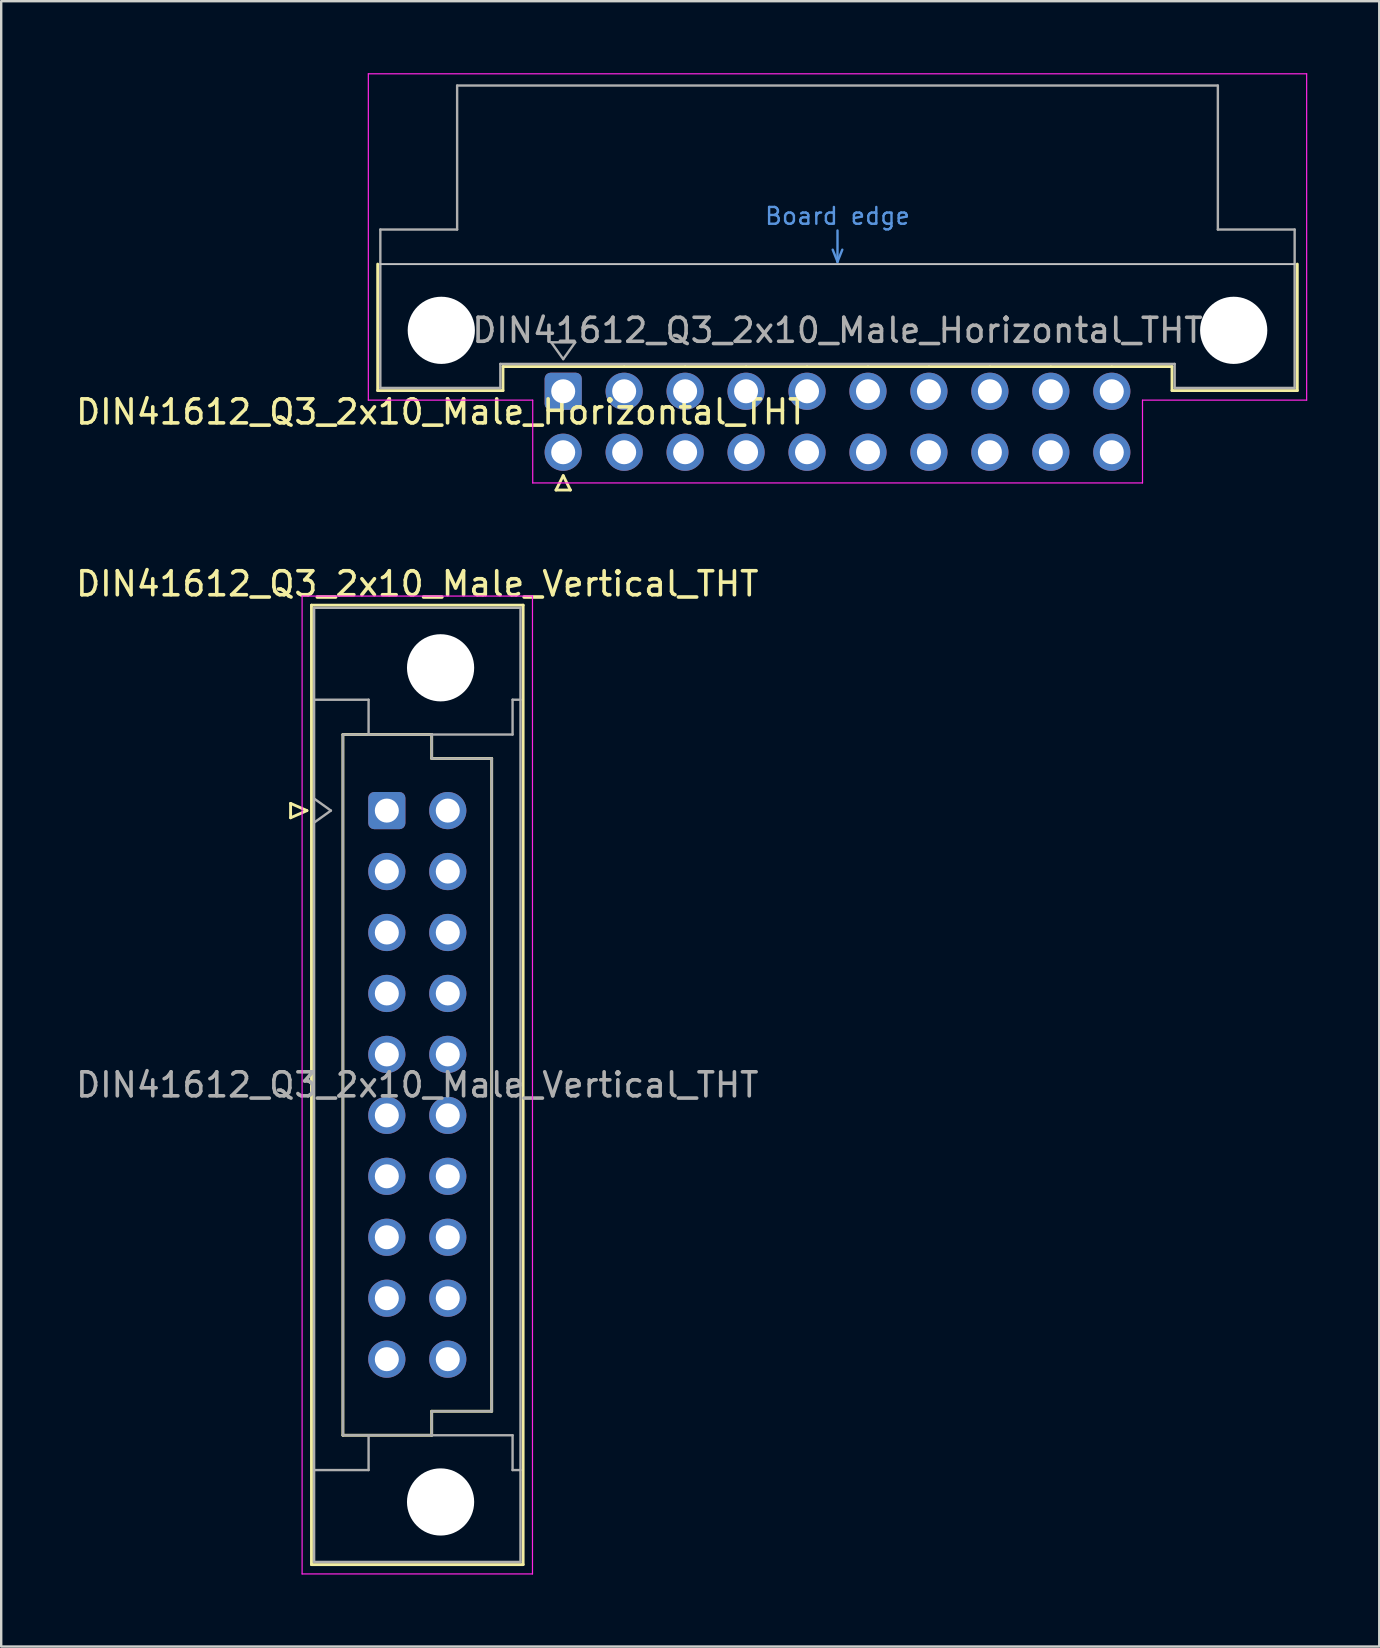
<source format=kicad_pcb>
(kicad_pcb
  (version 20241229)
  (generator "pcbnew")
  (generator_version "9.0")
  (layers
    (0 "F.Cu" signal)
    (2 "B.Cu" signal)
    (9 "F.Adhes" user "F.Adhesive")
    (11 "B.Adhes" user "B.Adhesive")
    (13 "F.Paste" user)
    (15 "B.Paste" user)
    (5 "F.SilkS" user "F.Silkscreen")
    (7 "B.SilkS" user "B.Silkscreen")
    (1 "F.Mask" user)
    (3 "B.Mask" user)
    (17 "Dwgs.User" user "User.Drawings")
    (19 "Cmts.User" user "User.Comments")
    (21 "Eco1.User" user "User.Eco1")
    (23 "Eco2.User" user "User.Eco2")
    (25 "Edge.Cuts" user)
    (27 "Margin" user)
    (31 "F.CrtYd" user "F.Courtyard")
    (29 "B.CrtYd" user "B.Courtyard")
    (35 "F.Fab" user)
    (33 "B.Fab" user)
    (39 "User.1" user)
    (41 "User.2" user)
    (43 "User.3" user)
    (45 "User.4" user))
  (footprint "DIN41612_Q3_2x10_Male_Vertical_THT"
    (layer "F.Cu")
    (at 13.069 30.728)
    (property "Reference" "DIN41612_Q3_2x10_Male_Vertical_THT" (at 1.27 -9.45 0) (layer "F.SilkS") (effects (font (size 1 1) (thickness 0.15))))
    (attr through_hole)
    (fp_line (start -4.01 -0.3) (end -4.01 0.3) (stroke (width 0.12) (type solid)) (layer "F.SilkS"))
    (fp_line (start -4.01 0.3) (end -3.33 0) (stroke (width 0.12) (type solid)) (layer "F.SilkS"))
    (fp_line (start -3.33 0) (end -4.01 -0.3) (stroke (width 0.12) (type solid)) (layer "F.SilkS"))
    (fp_line (start -3.14 -8.56) (end 5.68 -8.56) (stroke (width 0.12) (type solid)) (layer "F.SilkS"))
    (fp_line (start -3.14 31.42) (end -3.14 -8.56) (stroke (width 0.12) (type solid)) (layer "F.SilkS"))
    (fp_line (start -1.83 -3.17) (end 1.87 -3.17) (stroke (width 0.12) (type solid)) (layer "F.SilkS"))
    (fp_line (start -1.83 26.03) (end -1.83 -3.17) (stroke (width 0.12) (type solid)) (layer "F.SilkS"))
    (fp_line (start 1.87 -3.17) (end 1.87 -2.17) (stroke (width 0.12) (type solid)) (layer "F.SilkS"))
    (fp_line (start 1.87 -2.17) (end 4.37 -2.17) (stroke (width 0.12) (type solid)) (layer "F.SilkS"))
    (fp_line (start 1.87 25.03) (end 1.87 26.03) (stroke (width 0.12) (type solid)) (layer "F.SilkS"))
    (fp_line (start 1.87 26.03) (end -1.83 26.03) (stroke (width 0.12) (type solid)) (layer "F.SilkS"))
    (fp_line (start 4.37 -2.17) (end 4.37 25.03) (stroke (width 0.12) (type solid)) (layer "F.SilkS"))
    (fp_line (start 4.37 25.03) (end 1.87 25.03) (stroke (width 0.12) (type solid)) (layer "F.SilkS"))
    (fp_line (start 5.68 -8.56) (end 5.68 31.42) (stroke (width 0.12) (type solid)) (layer "F.SilkS"))
    (fp_line (start 5.68 31.42) (end -3.14 31.42) (stroke (width 0.12) (type solid)) (layer "F.SilkS"))
    (fp_line (start -3.53 -8.94) (end 6.07 -8.94) (stroke (width 0.05) (type solid)) (layer "F.CrtYd"))
    (fp_line (start -3.53 31.81) (end -3.53 -8.94) (stroke (width 0.05) (type solid)) (layer "F.CrtYd"))
    (fp_line (start 6.07 -8.94) (end 6.07 31.81) (stroke (width 0.05) (type solid)) (layer "F.CrtYd"))
    (fp_line (start 6.07 31.81) (end -3.53 31.81) (stroke (width 0.05) (type solid)) (layer "F.CrtYd"))
    (fp_line (start -3.03 -8.45) (end 5.57 -8.45) (stroke (width 0.1) (type solid)) (layer "F.Fab"))
    (fp_line (start -3.03 -4.62) (end -0.76 -4.62) (stroke (width 0.1) (type solid)) (layer "F.Fab"))
    (fp_line (start -3.03 -0.5) (end -2.33 0) (stroke (width 0.1) (type solid)) (layer "F.Fab"))
    (fp_line (start -3.03 27.48) (end -0.76 27.48) (stroke (width 0.1) (type solid)) (layer "F.Fab"))
    (fp_line (start -3.03 31.31) (end -3.03 -8.45) (stroke (width 0.1) (type solid)) (layer "F.Fab"))
    (fp_line (start -2.33 0) (end -3.03 0.5) (stroke (width 0.1) (type solid)) (layer "F.Fab"))
    (fp_line (start -1.83 -3.17) (end 1.87 -3.17) (stroke (width 0.1) (type solid)) (layer "F.Fab"))
    (fp_line (start -1.83 26.03) (end -1.83 -3.17) (stroke (width 0.1) (type solid)) (layer "F.Fab"))
    (fp_line (start -0.76 -4.62) (end -0.76 -3.17) (stroke (width 0.1) (type solid)) (layer "F.Fab"))
    (fp_line (start -0.76 27.48) (end -0.76 26.03) (stroke (width 0.1) (type solid)) (layer "F.Fab"))
    (fp_line (start 1.87 -3.17) (end 1.87 -2.17) (stroke (width 0.1) (type solid)) (layer "F.Fab"))
    (fp_line (start 1.87 -3.17) (end 5.24 -3.17) (stroke (width 0.1) (type solid)) (layer "F.Fab"))
    (fp_line (start 1.87 -2.17) (end 4.37 -2.17) (stroke (width 0.1) (type solid)) (layer "F.Fab"))
    (fp_line (start 1.87 25.03) (end 1.87 26.03) (stroke (width 0.1) (type solid)) (layer "F.Fab"))
    (fp_line (start 1.87 26.03) (end -1.83 26.03) (stroke (width 0.1) (type solid)) (layer "F.Fab"))
    (fp_line (start 1.87 26.03) (end 5.24 26.03) (stroke (width 0.1) (type solid)) (layer "F.Fab"))
    (fp_line (start 4.37 -2.17) (end 4.37 25.03) (stroke (width 0.1) (type solid)) (layer "F.Fab"))
    (fp_line (start 4.37 25.03) (end 1.87 25.03) (stroke (width 0.1) (type solid)) (layer "F.Fab"))
    (fp_line (start 5.24 -4.62) (end 5.57 -4.62) (stroke (width 0.1) (type solid)) (layer "F.Fab"))
    (fp_line (start 5.24 -3.17) (end 5.24 -4.62) (stroke (width 0.1) (type solid)) (layer "F.Fab"))
    (fp_line (start 5.24 26.03) (end 5.24 27.48) (stroke (width 0.1) (type solid)) (layer "F.Fab"))
    (fp_line (start 5.24 27.48) (end 5.57 27.48) (stroke (width 0.1) (type solid)) (layer "F.Fab"))
    (fp_line (start 5.57 -8.45) (end 5.57 31.31) (stroke (width 0.1) (type solid)) (layer "F.Fab"))
    (fp_line (start 5.57 31.31) (end -3.03 31.31) (stroke (width 0.1) (type solid)) (layer "F.Fab"))
    (fp_text user "${REFERENCE}" (at 1.27 11.43 0) (layer "F.Fab") (effects (font (size 1 1) (thickness 0.15))))
    (pad "" np_thru_hole circle (at 2.24 -5.95) (size 2.8 2.8) (drill 2.8) (layers "*.Cu" "*.Mask"))
    (pad "" np_thru_hole circle (at 2.24 28.81) (size 2.8 2.8) (drill 2.8) (layers "*.Cu" "*.Mask"))
    (pad "a1" thru_hole roundrect (at 0 0) (size 1.55 1.55) (drill 1) (layers "*.Cu" "*.Mask") (roundrect_rratio 0.161))
    (pad "a2" thru_hole circle (at 0 2.54) (size 1.55 1.55) (drill 1) (layers "*.Cu" "*.Mask"))
    (pad "a3" thru_hole circle (at 0 5.08) (size 1.55 1.55) (drill 1) (layers "*.Cu" "*.Mask"))
    (pad "a4" thru_hole circle (at 0 7.62) (size 1.55 1.55) (drill 1) (layers "*.Cu" "*.Mask"))
    (pad "a5" thru_hole circle (at 0 10.16) (size 1.55 1.55) (drill 1) (layers "*.Cu" "*.Mask"))
    (pad "a6" thru_hole circle (at 0 12.7) (size 1.55 1.55) (drill 1) (layers "*.Cu" "*.Mask"))
    (pad "a7" thru_hole circle (at 0 15.24) (size 1.55 1.55) (drill 1) (layers "*.Cu" "*.Mask"))
    (pad "a8" thru_hole circle (at 0 17.78) (size 1.55 1.55) (drill 1) (layers "*.Cu" "*.Mask"))
    (pad "a9" thru_hole circle (at 0 20.32) (size 1.55 1.55) (drill 1) (layers "*.Cu" "*.Mask"))
    (pad "a10" thru_hole circle (at 0 22.86) (size 1.55 1.55) (drill 1) (layers "*.Cu" "*.Mask"))
    (pad "b1" thru_hole circle (at 2.54 0) (size 1.55 1.55) (drill 1) (layers "*.Cu" "*.Mask"))
    (pad "b2" thru_hole circle (at 2.54 2.54) (size 1.55 1.55) (drill 1) (layers "*.Cu" "*.Mask"))
    (pad "b3" thru_hole circle (at 2.54 5.08) (size 1.55 1.55) (drill 1) (layers "*.Cu" "*.Mask"))
    (pad "b4" thru_hole circle (at 2.54 7.62) (size 1.55 1.55) (drill 1) (layers "*.Cu" "*.Mask"))
    (pad "b5" thru_hole circle (at 2.54 10.16) (size 1.55 1.55) (drill 1) (layers "*.Cu" "*.Mask"))
    (pad "b6" thru_hole circle (at 2.54 12.7) (size 1.55 1.55) (drill 1) (layers "*.Cu" "*.Mask"))
    (pad "b7" thru_hole circle (at 2.54 15.24) (size 1.55 1.55) (drill 1) (layers "*.Cu" "*.Mask"))
    (pad "b8" thru_hole circle (at 2.54 17.78) (size 1.55 1.55) (drill 1) (layers "*.Cu" "*.Mask"))
    (pad "b9" thru_hole circle (at 2.54 20.32) (size 1.55 1.55) (drill 1) (layers "*.Cu" "*.Mask"))
    (pad "b10" thru_hole circle (at 2.54 22.86) (size 1.55 1.55) (drill 1) (layers "*.Cu" "*.Mask")))
  (footprint "DIN41612_Q3_2x10_Male_Horizontal_THT"
    (layer "F.Cu")
    (at 20.419 13.255)
    (property "Reference" "DIN41612_Q3_2x10_Male_Horizontal_THT" (at -5.08 0.86 0) (layer "F.SilkS") (effects (font (size 1 1) (thickness 0.15))))
    (attr through_hole)
    (fp_line (start -7.73 -5.3) (end -7.73 -0.03) (stroke (width 0.12) (type solid)) (layer "F.SilkS"))
    (fp_line (start -7.73 -0.03) (end -2.51 -0.03) (stroke (width 0.12) (type solid)) (layer "F.SilkS"))
    (fp_line (start -2.511 -1.03) (end 2.525 -1.03) (stroke (width 0.12) (type solid)) (layer "F.SilkS"))
    (fp_line (start -2.51 -0.03) (end -2.51 -1.03) (stroke (width 0.12) (type solid)) (layer "F.SilkS"))
    (fp_line (start -0.3 4.115) (end 0.3 4.115) (stroke (width 0.12) (type solid)) (layer "F.SilkS"))
    (fp_line (start 0 3.515) (end -0.3 4.115) (stroke (width 0.12) (type solid)) (layer "F.SilkS"))
    (fp_line (start 0.3 4.115) (end 0 3.515) (stroke (width 0.12) (type solid)) (layer "F.SilkS"))
    (fp_line (start 2.556 -1.03) (end 5.065 -1.03) (stroke (width 0.12) (type solid)) (layer "F.SilkS"))
    (fp_line (start 5.096 -1.03) (end 7.605 -1.03) (stroke (width 0.12) (type solid)) (layer "F.SilkS"))
    (fp_line (start 7.636 -1.03) (end 10.145 -1.03) (stroke (width 0.12) (type solid)) (layer "F.SilkS"))
    (fp_line (start 10.176 -1.03) (end 12.685 -1.03) (stroke (width 0.12) (type solid)) (layer "F.SilkS"))
    (fp_line (start 12.716 -1.03) (end 15.225 -1.03) (stroke (width 0.12) (type solid)) (layer "F.SilkS"))
    (fp_line (start 15.256 -1.03) (end 17.765 -1.03) (stroke (width 0.12) (type solid)) (layer "F.SilkS"))
    (fp_line (start 17.796 -1.03) (end 20.305 -1.03) (stroke (width 0.12) (type solid)) (layer "F.SilkS"))
    (fp_line (start 20.336 -1.03) (end 22.845 -1.03) (stroke (width 0.12) (type solid)) (layer "F.SilkS"))
    (fp_line (start 22.876 -1.03) (end 25.37 -1.03) (stroke (width 0.12) (type solid)) (layer "F.SilkS"))
    (fp_line (start 25.37 -0.03) (end 25.37 -1.03) (stroke (width 0.12) (type solid)) (layer "F.SilkS"))
    (fp_line (start 30.59 -5.3) (end 30.59 -0.03) (stroke (width 0.12) (type solid)) (layer "F.SilkS"))
    (fp_line (start 30.59 -0.03) (end 25.37 -0.03) (stroke (width 0.12) (type solid)) (layer "F.SilkS"))
    (fp_line (start -7.62 -5.3) (end 30.48 -5.3) (stroke (width 0.08) (type solid)) (layer "Dwgs.User"))
    (fp_line (start 11.23 -5.9) (end 11.43 -5.4) (stroke (width 0.1) (type solid)) (layer "Cmts.User"))
    (fp_line (start 11.43 -5.4) (end 11.43 -6.7) (stroke (width 0.1) (type solid)) (layer "Cmts.User"))
    (fp_line (start 11.43 -5.4) (end 11.63 -5.9) (stroke (width 0.1) (type solid)) (layer "Cmts.User"))
    (fp_line (start -8.12 -13.23) (end -8.12 0.37) (stroke (width 0.05) (type solid)) (layer "F.CrtYd"))
    (fp_line (start -8.12 0.37) (end -1.27 0.37) (stroke (width 0.05) (type solid)) (layer "F.CrtYd"))
    (fp_line (start -1.27 0.37) (end -1.27 3.82) (stroke (width 0.05) (type solid)) (layer "F.CrtYd"))
    (fp_line (start -1.27 3.82) (end 24.14 3.82) (stroke (width 0.05) (type solid)) (layer "F.CrtYd"))
    (fp_line (start 24.14 0.37) (end 30.98 0.37) (stroke (width 0.05) (type solid)) (layer "F.CrtYd"))
    (fp_line (start 24.14 3.82) (end 24.14 0.37) (stroke (width 0.05) (type solid)) (layer "F.CrtYd"))
    (fp_line (start 30.98 -13.23) (end -8.12 -13.23) (stroke (width 0.05) (type solid)) (layer "F.CrtYd"))
    (fp_line (start 30.98 0.37) (end 30.98 -13.23) (stroke (width 0.05) (type solid)) (layer "F.CrtYd"))
    (fp_line (start -7.62 -6.74) (end -7.62 -0.14) (stroke (width 0.1) (type solid)) (layer "F.Fab"))
    (fp_line (start -7.62 -0.14) (end -2.62 -0.14) (stroke (width 0.1) (type solid)) (layer "F.Fab"))
    (fp_line (start -4.42 -12.74) (end -4.42 -6.74) (stroke (width 0.1) (type solid)) (layer "F.Fab"))
    (fp_line (start -4.42 -6.74) (end -7.62 -6.74) (stroke (width 0.1) (type solid)) (layer "F.Fab"))
    (fp_line (start -2.62 -1.14) (end 25.48 -1.14) (stroke (width 0.1) (type solid)) (layer "F.Fab"))
    (fp_line (start -2.62 -0.14) (end -2.62 -1.14) (stroke (width 0.1) (type solid)) (layer "F.Fab"))
    (fp_line (start -0.5 -2.04) (end 0.5 -2.04) (stroke (width 0.1) (type solid)) (layer "F.Fab"))
    (fp_line (start 0 -1.34) (end -0.5 -2.04) (stroke (width 0.1) (type solid)) (layer "F.Fab"))
    (fp_line (start 0.5 -2.04) (end 0 -1.34) (stroke (width 0.1) (type solid)) (layer "F.Fab"))
    (fp_line (start 25.48 -1.14) (end 25.48 -0.14) (stroke (width 0.1) (type solid)) (layer "F.Fab"))
    (fp_line (start 25.48 -0.14) (end 30.48 -0.14) (stroke (width 0.1) (type solid)) (layer "F.Fab"))
    (fp_line (start 27.28 -12.74) (end -4.42 -12.74) (stroke (width 0.1) (type solid)) (layer "F.Fab"))
    (fp_line (start 27.28 -6.74) (end 27.28 -12.74) (stroke (width 0.1) (type solid)) (layer "F.Fab"))
    (fp_line (start 30.48 -6.74) (end 27.28 -6.74) (stroke (width 0.1) (type solid)) (layer "F.Fab"))
    (fp_line (start 30.48 -0.14) (end 30.48 -6.74) (stroke (width 0.1) (type solid)) (layer "F.Fab"))
    (fp_text user "Board edge" (at 11.43 -7.3 0) (layer "Cmts.User") (effects (font (size 0.7 0.7) (thickness 0.1))))
    (fp_text user "${REFERENCE}" (at 11.43 -2.54 0) (layer "F.Fab") (effects (font (size 1 1) (thickness 0.15))))
    (pad "" np_thru_hole circle (at -5.08 -2.54) (size 2.8 2.8) (drill 2.8) (layers "*.Cu" "*.Mask"))
    (pad "" np_thru_hole circle (at 27.94 -2.54) (size 2.8 2.8) (drill 2.8) (layers "*.Cu" "*.Mask"))
    (pad "a0" thru_hole roundrect (at 0 0) (size 1.55 1.55) (drill 1) (layers "*.Cu" "*.Mask") (roundrect_rratio 0.161))
    (pad "a1" thru_hole circle (at 2.54 0) (size 1.55 1.55) (drill 1) (layers "*.Cu" "*.Mask"))
    (pad "a2" thru_hole circle (at 5.08 0) (size 1.55 1.55) (drill 1) (layers "*.Cu" "*.Mask"))
    (pad "a3" thru_hole circle (at 7.62 0) (size 1.55 1.55) (drill 1) (layers "*.Cu" "*.Mask"))
    (pad "a4" thru_hole circle (at 10.16 0) (size 1.55 1.55) (drill 1) (layers "*.Cu" "*.Mask"))
    (pad "a5" thru_hole circle (at 12.7 0) (size 1.55 1.55) (drill 1) (layers "*.Cu" "*.Mask"))
    (pad "a6" thru_hole circle (at 15.24 0) (size 1.55 1.55) (drill 1) (layers "*.Cu" "*.Mask"))
    (pad "a7" thru_hole circle (at 17.78 0) (size 1.55 1.55) (drill 1) (layers "*.Cu" "*.Mask"))
    (pad "a8" thru_hole circle (at 20.32 0) (size 1.55 1.55) (drill 1) (layers "*.Cu" "*.Mask"))
    (pad "a9" thru_hole circle (at 22.86 0) (size 1.55 1.55) (drill 1) (layers "*.Cu" "*.Mask"))
    (pad "b0" thru_hole circle (at 0 2.54) (size 1.55 1.55) (drill 1) (layers "*.Cu" "*.Mask"))
    (pad "b1" thru_hole circle (at 2.54 2.54) (size 1.55 1.55) (drill 1) (layers "*.Cu" "*.Mask"))
    (pad "b2" thru_hole circle (at 5.08 2.54) (size 1.55 1.55) (drill 1) (layers "*.Cu" "*.Mask"))
    (pad "b3" thru_hole circle (at 7.62 2.54) (size 1.55 1.55) (drill 1) (layers "*.Cu" "*.Mask"))
    (pad "b4" thru_hole circle (at 10.16 2.54) (size 1.55 1.55) (drill 1) (layers "*.Cu" "*.Mask"))
    (pad "b5" thru_hole circle (at 12.7 2.54) (size 1.55 1.55) (drill 1) (layers "*.Cu" "*.Mask"))
    (pad "b6" thru_hole circle (at 15.24 2.54) (size 1.55 1.55) (drill 1) (layers "*.Cu" "*.Mask"))
    (pad "b7" thru_hole circle (at 17.78 2.54) (size 1.55 1.55) (drill 1) (layers "*.Cu" "*.Mask"))
    (pad "b8" thru_hole circle (at 20.32 2.54) (size 1.55 1.55) (drill 1) (layers "*.Cu" "*.Mask"))
    (pad "b9" thru_hole circle (at 22.86 2.54) (size 1.55 1.55) (drill 1) (layers "*.Cu" "*.Mask")))
  (gr_rect
    (start -3 -3)
    (end 54.424 65.563)
    (stroke (width 0.1) (type default))
    (fill no)
    (layer "Edge.Cuts")))
</source>
